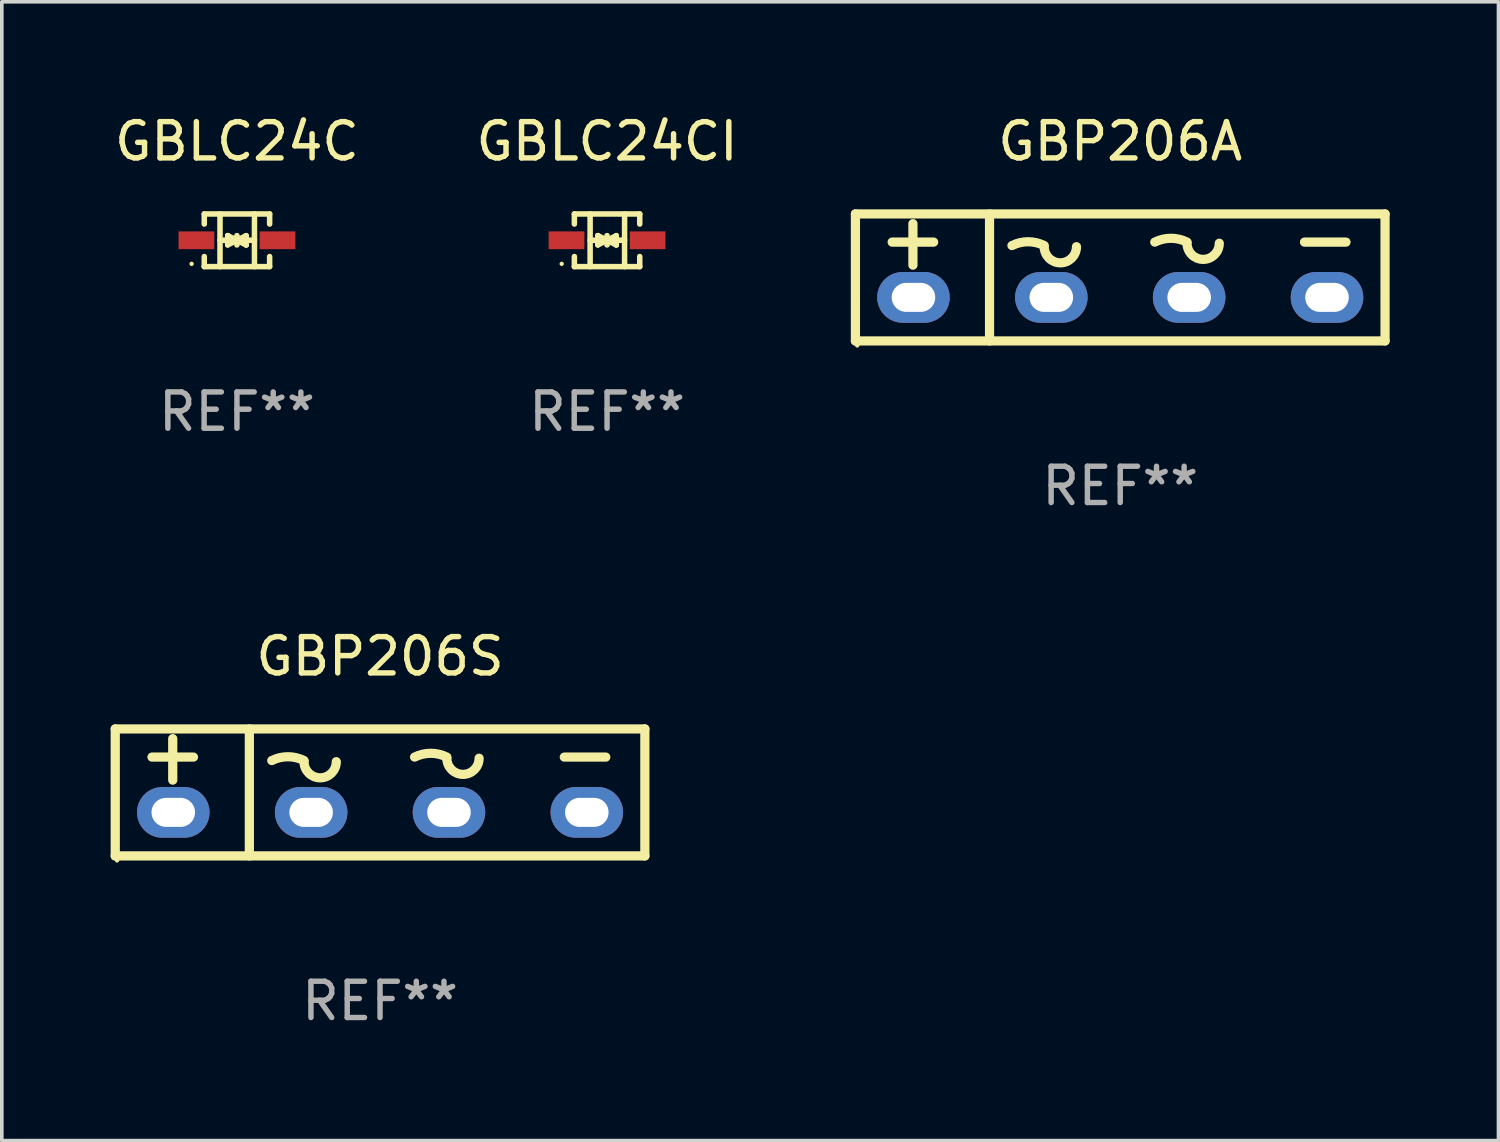
<source format=kicad_pcb>
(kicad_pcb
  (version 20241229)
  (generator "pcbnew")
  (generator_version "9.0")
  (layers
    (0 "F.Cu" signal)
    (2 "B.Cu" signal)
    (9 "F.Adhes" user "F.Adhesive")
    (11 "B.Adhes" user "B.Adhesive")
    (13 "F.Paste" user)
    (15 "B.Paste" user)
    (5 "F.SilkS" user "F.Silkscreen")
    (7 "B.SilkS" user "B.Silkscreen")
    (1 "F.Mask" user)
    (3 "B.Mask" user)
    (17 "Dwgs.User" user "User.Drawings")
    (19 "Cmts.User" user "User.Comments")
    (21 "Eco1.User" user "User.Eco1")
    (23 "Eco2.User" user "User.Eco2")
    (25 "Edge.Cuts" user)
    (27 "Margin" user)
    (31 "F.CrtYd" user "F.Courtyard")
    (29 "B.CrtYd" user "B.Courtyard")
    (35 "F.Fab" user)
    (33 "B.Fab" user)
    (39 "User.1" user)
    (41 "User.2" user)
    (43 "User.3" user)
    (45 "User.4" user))
  (footprint "GBP206A"
    (layer "F.Cu")
    (at 27.832 4.598)
    (property "Reference" "GBP206A" (at 0 -3.75 0) (layer "F.SilkS") (effects (font (size 1 1) (thickness 0.15))))
    (attr through_hole)
    (fp_line (start -7.3 -1.75) (end 7.3 -1.75) (stroke (width 0.254) (type solid)) (layer "F.SilkS"))
    (fp_line (start -7.3 1.75) (end -7.3 -1.75) (stroke (width 0.254) (type solid)) (layer "F.SilkS"))
    (fp_line (start -6.287 -0.974) (end -5.144 -0.974) (stroke (width 0.254) (type solid)) (layer "F.SilkS"))
    (fp_line (start -5.715 -0.339) (end -5.715 -1.482) (stroke (width 0.254) (type solid)) (layer "F.SilkS"))
    (fp_line (start -3.603 -1.75) (end -3.603 1.75) (stroke (width 0.254) (type solid)) (layer "F.SilkS"))
    (fp_line (start 5.08 -0.974) (end 6.223 -0.974) (stroke (width 0.254) (type solid)) (layer "F.SilkS"))
    (fp_line (start 7.3 1.75) (end -7.3 1.75) (stroke (width 0.254) (type solid)) (layer "F.SilkS"))
    (fp_line (start 7.3 1.75) (end 7.3 -1.75) (stroke (width 0.254) (type solid)) (layer "F.SilkS"))
    (fp_arc (start -2.984544 -0.87874) (mid -2.540043 -0.983672) (end -2.095542 -0.87874) (stroke (width 0.254001) (type solid)) (layer "F.SilkS"))
    (fp_arc (start -1.206515 -0.84699) (mid -1.651016 -0.402489) (end -2.095517 -0.84699) (stroke (width 0.254001) (type solid)) (layer "F.SilkS"))
    (fp_arc (start 0.952489 -0.97399) (mid 1.39699 -1.078923) (end 1.84149 -0.97399) (stroke (width 0.254001) (type solid)) (layer "F.SilkS"))
    (fp_arc (start 2.730518 -0.94224) (mid 2.286017 -0.497739) (end 1.841516 -0.94224) (stroke (width 0.254001) (type solid)) (layer "F.SilkS"))
    (fp_circle (center -7.25 1.875) (end -7.22 1.875) (stroke (width 0.06) (type solid)) (fill no) (layer "F.SilkS"))
    (fp_text user "REF**" (at 0 5.75 0) (layer "F.Fab") (effects (font (size 1 1) (thickness 0.15))))
    (pad "1" thru_hole oval (at -5.7 0.55) (size 2 1.4) (drill oval 1.2 0.8) (layers "*.Cu" "*.Mask"))
    (pad "2" thru_hole oval (at -1.9 0.55) (size 2 1.4) (drill oval 1.2 0.8) (layers "*.Cu" "*.Mask"))
    (pad "3" thru_hole oval (at 1.9 0.55) (size 2 1.4) (drill oval 1.2 0.8) (layers "*.Cu" "*.Mask"))
    (pad "4" thru_hole oval (at 5.7 0.55) (size 2 1.4) (drill oval 1.2 0.8) (layers "*.Cu" "*.Mask")))
  (footprint "GBP206S"
    (layer "F.Cu")
    (at 7.427 18.795)
    (property "Reference" "GBP206S" (at 0 -3.75 0) (layer "F.SilkS") (effects (font (size 1 1) (thickness 0.15))))
    (attr through_hole)
    (fp_line (start -7.3 -1.75) (end 7.3 -1.75) (stroke (width 0.254) (type solid)) (layer "F.SilkS"))
    (fp_line (start -7.3 1.75) (end -7.3 -1.75) (stroke (width 0.254) (type solid)) (layer "F.SilkS"))
    (fp_line (start -6.287 -0.974) (end -5.144 -0.974) (stroke (width 0.254) (type solid)) (layer "F.SilkS"))
    (fp_line (start -5.715 -0.339) (end -5.715 -1.482) (stroke (width 0.254) (type solid)) (layer "F.SilkS"))
    (fp_line (start -3.603 -1.75) (end -3.603 1.75) (stroke (width 0.254) (type solid)) (layer "F.SilkS"))
    (fp_line (start 5.08 -0.974) (end 6.223 -0.974) (stroke (width 0.254) (type solid)) (layer "F.SilkS"))
    (fp_line (start 7.3 1.75) (end -7.3 1.75) (stroke (width 0.254) (type solid)) (layer "F.SilkS"))
    (fp_line (start 7.3 1.75) (end 7.3 -1.75) (stroke (width 0.254) (type solid)) (layer "F.SilkS"))
    (fp_arc (start -2.984544 -0.87874) (mid -2.540043 -0.983672) (end -2.095542 -0.87874) (stroke (width 0.254001) (type solid)) (layer "F.SilkS"))
    (fp_arc (start -1.206515 -0.84699) (mid -1.651016 -0.402489) (end -2.095517 -0.84699) (stroke (width 0.254001) (type solid)) (layer "F.SilkS"))
    (fp_arc (start 0.952489 -0.97399) (mid 1.39699 -1.078923) (end 1.84149 -0.97399) (stroke (width 0.254001) (type solid)) (layer "F.SilkS"))
    (fp_arc (start 2.730518 -0.94224) (mid 2.286017 -0.497739) (end 1.841516 -0.94224) (stroke (width 0.254001) (type solid)) (layer "F.SilkS"))
    (fp_circle (center -7.25 1.875) (end -7.22 1.875) (stroke (width 0.06) (type solid)) (fill no) (layer "F.SilkS"))
    (fp_text user "REF**" (at 0 5.75 0) (layer "F.Fab") (effects (font (size 1 1) (thickness 0.15))))
    (pad "1" thru_hole oval (at -5.7 0.55) (size 2 1.4) (drill oval 1.2 0.8) (layers "*.Cu" "*.Mask"))
    (pad "2" thru_hole oval (at -1.9 0.55) (size 2 1.4) (drill oval 1.2 0.8) (layers "*.Cu" "*.Mask"))
    (pad "3" thru_hole oval (at 1.9 0.55) (size 2 1.4) (drill oval 1.2 0.8) (layers "*.Cu" "*.Mask"))
    (pad "4" thru_hole oval (at 5.7 0.55) (size 2 1.4) (drill oval 1.2 0.8) (layers "*.Cu" "*.Mask")))
  (footprint "GBLC24CI"
    (layer "F.Cu")
    (at 13.685 3.574)
    (property "Reference" "GBLC24CI" (at 0 -2.726 0) (layer "F.SilkS") (effects (font (size 1 1) (thickness 0.15))))
    (attr through_hole)
    (fp_line (start -0.901 -0.726) (end -0.901 -0.448) (stroke (width 0.152) (type solid)) (layer "F.SilkS"))
    (fp_line (start -0.901 0.726) (end -0.901 0.448) (stroke (width 0.152) (type solid)) (layer "F.SilkS"))
    (fp_line (start -0.467 0) (end 0.483 -0.003) (stroke (width 0.154) (type solid)) (layer "F.SilkS"))
    (fp_line (start -0.467 0.726) (end -0.467 -0.726) (stroke (width 0.152) (type solid)) (layer "F.SilkS"))
    (fp_line (start -0.254 -0.127) (end -0.254 -0.127) (stroke (width 0.154) (type solid)) (layer "F.SilkS"))
    (fp_line (start -0.254 -0.127) (end -0.002 -0.003) (stroke (width 0.154) (type solid)) (layer "F.SilkS"))
    (fp_line (start -0.254 0.127) (end -0.254 -0.127) (stroke (width 0.154) (type solid)) (layer "F.SilkS"))
    (fp_line (start -0.127 0) (end 0.003 0) (stroke (width 0.154) (type solid)) (layer "F.SilkS"))
    (fp_line (start -0.003 0) (end -0.254 0.127) (stroke (width 0.154) (type solid)) (layer "F.SilkS"))
    (fp_line (start 0 -0.127) (end 0 0.127) (stroke (width 0.154) (type solid)) (layer "F.SilkS"))
    (fp_line (start 0.003 0) (end 0.254 -0.127) (stroke (width 0.154) (type solid)) (layer "F.SilkS"))
    (fp_line (start 0.127 0) (end -0.003 0) (stroke (width 0.154) (type solid)) (layer "F.SilkS"))
    (fp_line (start 0.254 -0.127) (end 0.254 0.127) (stroke (width 0.154) (type solid)) (layer "F.SilkS"))
    (fp_line (start 0.254 0.127) (end 0.002 0.003) (stroke (width 0.154) (type solid)) (layer "F.SilkS"))
    (fp_line (start 0.254 0.127) (end 0.254 0.127) (stroke (width 0.154) (type solid)) (layer "F.SilkS"))
    (fp_line (start 0.483 0.726) (end 0.483 -0.726) (stroke (width 0.152) (type solid)) (layer "F.SilkS"))
    (fp_line (start 0.901 -0.726) (end -0.901 -0.726) (stroke (width 0.152) (type solid)) (layer "F.SilkS"))
    (fp_line (start 0.901 -0.726) (end 0.901 -0.448) (stroke (width 0.152) (type solid)) (layer "F.SilkS"))
    (fp_line (start 0.901 0.726) (end -0.901 0.726) (stroke (width 0.152) (type solid)) (layer "F.SilkS"))
    (fp_line (start 0.901 0.726) (end 0.901 0.448) (stroke (width 0.152) (type solid)) (layer "F.SilkS"))
    (fp_circle (center -1.25 0.65) (end -1.22 0.65) (stroke (width 0.06) (type solid)) (fill no) (layer "F.SilkS"))
    (fp_text user "REF**" (at 0 4.726 0) (layer "F.Fab") (effects (font (size 1 1) (thickness 0.15))))
    (pad "1" smd rect (at -1.118 0) (size 0.985 0.49) (layers "F.Cu" "F.Mask" "F.Paste"))
    (pad "2" smd rect (at 1.118 0) (size 0.985 0.49) (layers "F.Cu" "F.Mask" "F.Paste")))
  (footprint "GBLC24C"
    (layer "F.Cu")
    (at 3.482 3.574)
    (property "Reference" "GBLC24C" (at 0 -2.726 0) (layer "F.SilkS") (effects (font (size 1 1) (thickness 0.15))))
    (attr through_hole)
    (fp_line (start -0.901 -0.726) (end -0.901 -0.448) (stroke (width 0.152) (type solid)) (layer "F.SilkS"))
    (fp_line (start -0.901 0.726) (end -0.901 0.448) (stroke (width 0.152) (type solid)) (layer "F.SilkS"))
    (fp_line (start -0.467 0) (end 0.483 -0.003) (stroke (width 0.154) (type solid)) (layer "F.SilkS"))
    (fp_line (start -0.467 0.726) (end -0.467 -0.726) (stroke (width 0.152) (type solid)) (layer "F.SilkS"))
    (fp_line (start -0.254 -0.127) (end -0.254 -0.127) (stroke (width 0.154) (type solid)) (layer "F.SilkS"))
    (fp_line (start -0.254 -0.127) (end -0.002 -0.003) (stroke (width 0.154) (type solid)) (layer "F.SilkS"))
    (fp_line (start -0.254 0.127) (end -0.254 -0.127) (stroke (width 0.154) (type solid)) (layer "F.SilkS"))
    (fp_line (start -0.127 0) (end 0.003 0) (stroke (width 0.154) (type solid)) (layer "F.SilkS"))
    (fp_line (start -0.003 0) (end -0.254 0.127) (stroke (width 0.154) (type solid)) (layer "F.SilkS"))
    (fp_line (start 0 -0.127) (end 0 0.127) (stroke (width 0.154) (type solid)) (layer "F.SilkS"))
    (fp_line (start 0.003 0) (end 0.254 -0.127) (stroke (width 0.154) (type solid)) (layer "F.SilkS"))
    (fp_line (start 0.127 0) (end -0.003 0) (stroke (width 0.154) (type solid)) (layer "F.SilkS"))
    (fp_line (start 0.254 -0.127) (end 0.254 0.127) (stroke (width 0.154) (type solid)) (layer "F.SilkS"))
    (fp_line (start 0.254 0.127) (end 0.002 0.003) (stroke (width 0.154) (type solid)) (layer "F.SilkS"))
    (fp_line (start 0.254 0.127) (end 0.254 0.127) (stroke (width 0.154) (type solid)) (layer "F.SilkS"))
    (fp_line (start 0.483 0.726) (end 0.483 -0.726) (stroke (width 0.152) (type solid)) (layer "F.SilkS"))
    (fp_line (start 0.901 -0.726) (end -0.901 -0.726) (stroke (width 0.152) (type solid)) (layer "F.SilkS"))
    (fp_line (start 0.901 -0.726) (end 0.901 -0.448) (stroke (width 0.152) (type solid)) (layer "F.SilkS"))
    (fp_line (start 0.901 0.726) (end -0.901 0.726) (stroke (width 0.152) (type solid)) (layer "F.SilkS"))
    (fp_line (start 0.901 0.726) (end 0.901 0.448) (stroke (width 0.152) (type solid)) (layer "F.SilkS"))
    (fp_circle (center -1.25 0.65) (end -1.22 0.65) (stroke (width 0.06) (type solid)) (fill no) (layer "F.SilkS"))
    (fp_text user "REF**" (at 0 4.726 0) (layer "F.Fab") (effects (font (size 1 1) (thickness 0.15))))
    (pad "1" smd rect (at -1.118 0) (size 0.985 0.49) (layers "F.Cu" "F.Mask" "F.Paste"))
    (pad "2" smd rect (at 1.118 0) (size 0.985 0.49) (layers "F.Cu" "F.Mask" "F.Paste")))
  (gr_rect
    (start -3 -3)
    (end 38.259 28.393)
    (stroke (width 0.1) (type default))
    (fill no)
    (layer "Edge.Cuts")))
</source>
